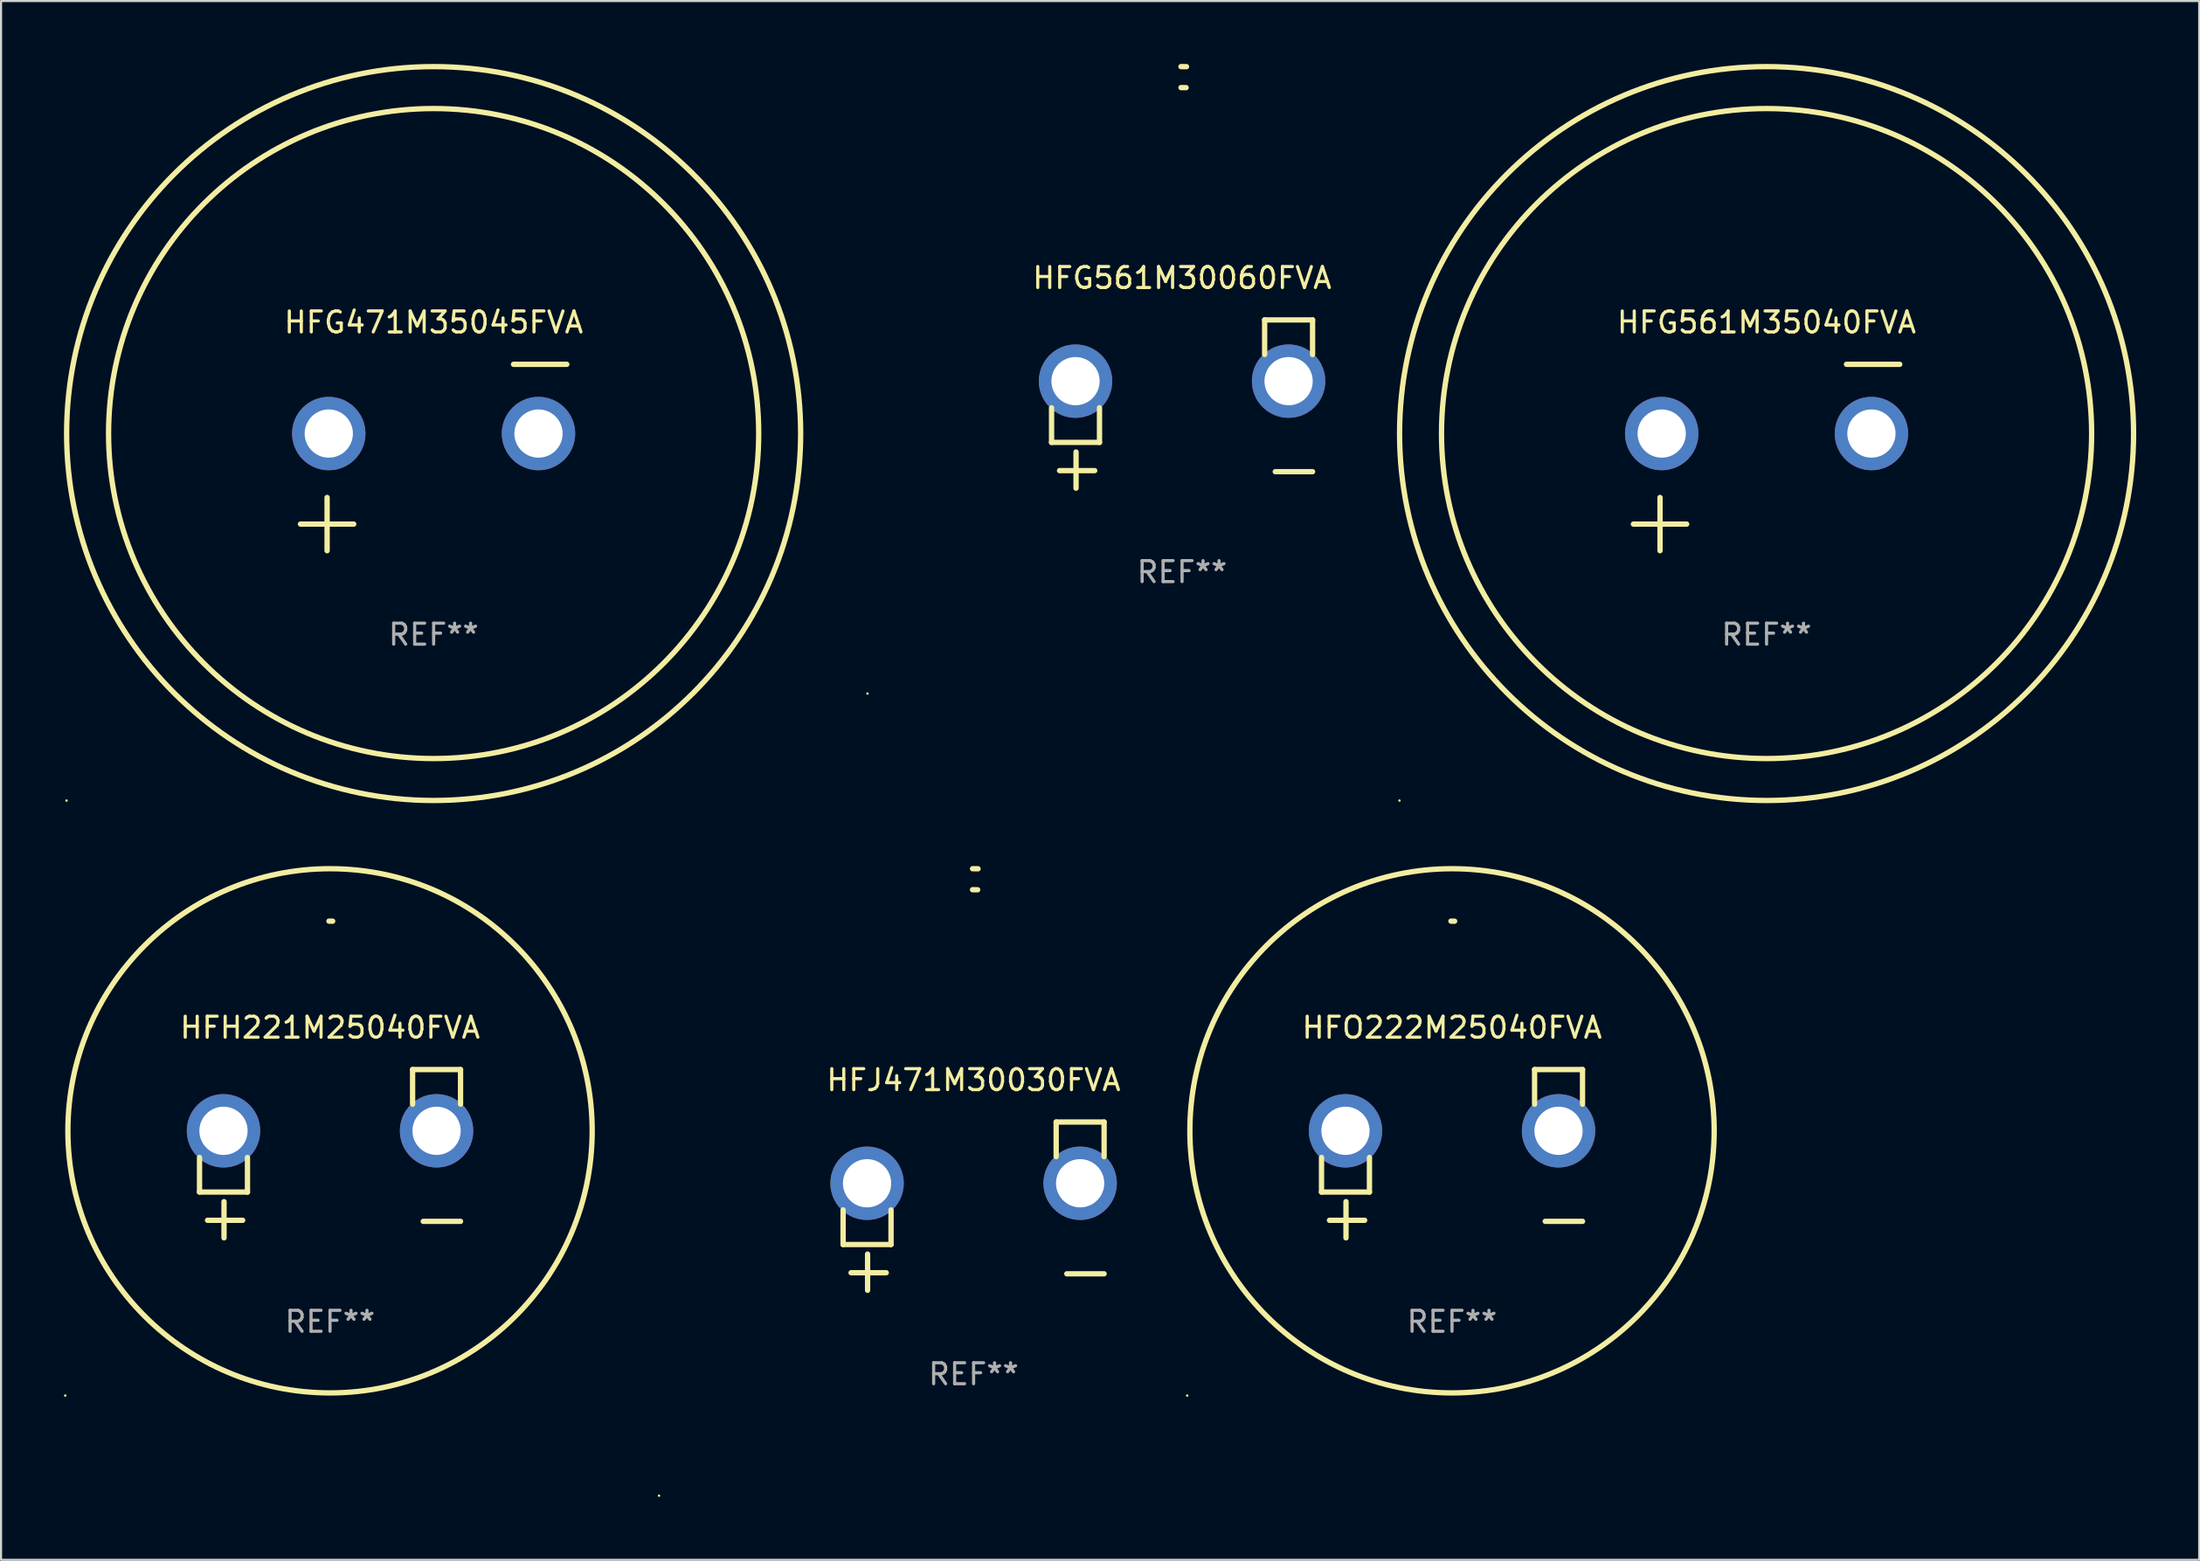
<source format=kicad_pcb>
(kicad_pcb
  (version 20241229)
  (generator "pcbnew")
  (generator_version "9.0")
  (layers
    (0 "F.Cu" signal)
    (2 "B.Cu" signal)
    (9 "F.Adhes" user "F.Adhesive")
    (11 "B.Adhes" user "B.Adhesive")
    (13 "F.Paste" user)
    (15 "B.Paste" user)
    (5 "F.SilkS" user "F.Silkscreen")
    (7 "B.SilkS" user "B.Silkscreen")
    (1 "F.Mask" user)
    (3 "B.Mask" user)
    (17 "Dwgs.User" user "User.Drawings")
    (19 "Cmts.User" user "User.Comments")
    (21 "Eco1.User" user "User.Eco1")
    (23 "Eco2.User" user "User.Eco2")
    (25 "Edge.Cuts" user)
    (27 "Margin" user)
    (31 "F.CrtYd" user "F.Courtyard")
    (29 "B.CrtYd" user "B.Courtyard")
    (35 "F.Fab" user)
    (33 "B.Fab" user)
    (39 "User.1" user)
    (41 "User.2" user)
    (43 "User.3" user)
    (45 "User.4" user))
  (footprint "HFO222M25040FVA"
    (layer "F.Cu")
    (at 66.186 51.973)
    (property "Reference" "HFO222M25040FVA" (at 0 -6.013 0) (layer "F.SilkS") (effects (font (size 1 1) (thickness 0.15))))
    (attr through_hole)
    (fp_line (start -6.223 0.178) (end -6.223 1.829) (stroke (width 0.254) (type solid)) (layer "F.SilkS"))
    (fp_line (start -6.223 1.829) (end -3.937 1.829) (stroke (width 0.254) (type solid)) (layer "F.SilkS"))
    (fp_line (start -5.055 4.013) (end -5.055 2.286) (stroke (width 0.254) (type solid)) (layer "F.SilkS"))
    (fp_line (start -4.166 3.175) (end -5.842 3.175) (stroke (width 0.254) (type solid)) (layer "F.SilkS"))
    (fp_line (start -3.937 1.829) (end -3.937 0.178) (stroke (width 0.254) (type solid)) (layer "F.SilkS"))
    (fp_line (start 3.937 -4.013) (end 3.937 -2.362) (stroke (width 0.254) (type solid)) (layer "F.SilkS"))
    (fp_line (start 6.223 -4.013) (end 3.937 -4.013) (stroke (width 0.254) (type solid)) (layer "F.SilkS"))
    (fp_line (start 6.223 -2.362) (end 6.223 -4.013) (stroke (width 0.254) (type solid)) (layer "F.SilkS"))
    (fp_line (start 6.223 3.226) (end 4.445 3.226) (stroke (width 0.254) (type solid)) (layer "F.SilkS"))
    (fp_arc (start -0.0508 -11.092202) (mid 0.036835 -11.091307) (end 0.12446 -11.089662) (stroke (width 0.254001) (type solid)) (layer "F.SilkS"))
    (fp_circle (center -12.627 11.535) (end -12.597 11.535) (stroke (width 0.06) (type solid)) (fill no) (layer "F.SilkS"))
    (fp_circle (center 0 -1.092) (end 12.5 -1.092) (stroke (width 0.254) (type solid)) (fill no) (layer "F.SilkS"))
    (fp_text user "REF**" (at 0 8.013 0) (layer "F.Fab") (effects (font (size 1 1) (thickness 0.15))))
    (pad "1" thru_hole circle (at -5.08 -1.092) (size 3.5 3.5) (drill 2.3) (layers "*.Cu" "*.Mask"))
    (pad "2" thru_hole circle (at 5.08 -1.092) (size 3.5 3.5) (drill 2.3) (layers "*.Cu" "*.Mask")))
  (footprint "HFH221M25040FVA"
    (layer "F.Cu")
    (at 12.687 51.973)
    (property "Reference" "HFH221M25040FVA" (at 0 -6.013 0) (layer "F.SilkS") (effects (font (size 1 1) (thickness 0.15))))
    (attr through_hole)
    (fp_line (start -6.223 0.178) (end -6.223 1.829) (stroke (width 0.254) (type solid)) (layer "F.SilkS"))
    (fp_line (start -6.223 1.829) (end -3.937 1.829) (stroke (width 0.254) (type solid)) (layer "F.SilkS"))
    (fp_line (start -5.055 4.013) (end -5.055 2.286) (stroke (width 0.254) (type solid)) (layer "F.SilkS"))
    (fp_line (start -4.166 3.175) (end -5.842 3.175) (stroke (width 0.254) (type solid)) (layer "F.SilkS"))
    (fp_line (start -3.937 1.829) (end -3.937 0.178) (stroke (width 0.254) (type solid)) (layer "F.SilkS"))
    (fp_line (start 3.937 -4.013) (end 3.937 -2.362) (stroke (width 0.254) (type solid)) (layer "F.SilkS"))
    (fp_line (start 6.223 -4.013) (end 3.937 -4.013) (stroke (width 0.254) (type solid)) (layer "F.SilkS"))
    (fp_line (start 6.223 -2.362) (end 6.223 -4.013) (stroke (width 0.254) (type solid)) (layer "F.SilkS"))
    (fp_line (start 6.223 3.226) (end 4.445 3.226) (stroke (width 0.254) (type solid)) (layer "F.SilkS"))
    (fp_arc (start -0.0508 -11.092202) (mid 0.036835 -11.091307) (end 0.12446 -11.089662) (stroke (width 0.254001) (type solid)) (layer "F.SilkS"))
    (fp_circle (center -12.627 11.535) (end -12.597 11.535) (stroke (width 0.06) (type solid)) (fill no) (layer "F.SilkS"))
    (fp_circle (center 0 -1.092) (end 12.5 -1.092) (stroke (width 0.254) (type solid)) (fill no) (layer "F.SilkS"))
    (fp_text user "REF**" (at 0 8.013 0) (layer "F.Fab") (effects (font (size 1 1) (thickness 0.15))))
    (pad "1" thru_hole circle (at -5.08 -1.092) (size 3.5 3.5) (drill 2.3) (layers "*.Cu" "*.Mask"))
    (pad "2" thru_hole circle (at 5.08 -1.092) (size 3.5 3.5) (drill 2.3) (layers "*.Cu" "*.Mask")))
  (footprint "HFG561M30060FVA"
    (layer "F.Cu")
    (at 53.314 16.22)
    (property "Reference" "HFG561M30060FVA" (at 0 -6.013 0) (layer "F.SilkS") (effects (font (size 1 1) (thickness 0.15))))
    (attr through_hole)
    (fp_line (start -6.223 0.178) (end -6.223 1.829) (stroke (width 0.254) (type solid)) (layer "F.SilkS"))
    (fp_line (start -6.223 1.829) (end -3.937 1.829) (stroke (width 0.254) (type solid)) (layer "F.SilkS"))
    (fp_line (start -5.055 4.013) (end -5.055 2.286) (stroke (width 0.254) (type solid)) (layer "F.SilkS"))
    (fp_line (start -4.166 3.175) (end -5.842 3.175) (stroke (width 0.254) (type solid)) (layer "F.SilkS"))
    (fp_line (start -3.937 1.829) (end -3.937 0.178) (stroke (width 0.254) (type solid)) (layer "F.SilkS"))
    (fp_line (start 3.937 -4.013) (end 3.937 -2.362) (stroke (width 0.254) (type solid)) (layer "F.SilkS"))
    (fp_line (start 6.223 -4.013) (end 3.937 -4.013) (stroke (width 0.254) (type solid)) (layer "F.SilkS"))
    (fp_line (start 6.223 -2.362) (end 6.223 -4.013) (stroke (width 0.254) (type solid)) (layer "F.SilkS"))
    (fp_line (start 6.223 3.226) (end 4.445 3.226) (stroke (width 0.254) (type solid)) (layer "F.SilkS"))
    (fp_arc (start -0.0508 -16.093472) (mid 0.080016 -16.092762) (end 0.210821 -16.090932) (stroke (width 0.254001) (type solid)) (layer "F.SilkS"))
    (fp_arc (start -0.0508 -15.09271) (mid 0.071125 -15.091961) (end 0.19304 -15.09017) (stroke (width 0.254001) (type solid)) (layer "F.SilkS"))
    (fp_circle (center -15 13.808) (end -14.97 13.808) (stroke (width 0.06) (type solid)) (fill no) (layer "F.SilkS"))
    (fp_text user "REF**" (at 0 8.013 0) (layer "F.Fab") (effects (font (size 1 1) (thickness 0.15))))
    (pad "1" thru_hole circle (at -5.08 -1.092) (size 3.5 3.5) (drill 2.3) (layers "*.Cu" "*.Mask"))
    (pad "2" thru_hole circle (at 5.08 -1.092) (size 3.5 3.5) (drill 2.3) (layers "*.Cu" "*.Mask")))
  (footprint "HFG561M35040FVA"
    (layer "F.Cu")
    (at 81.185 18.77)
    (property "Reference" "HFG561M35040FVA" (at 0 -6.445 0) (layer "F.SilkS") (effects (font (size 1 1) (thickness 0.15))))
    (attr through_hole)
    (fp_line (start -6.35 3.175) (end -3.81 3.175) (stroke (width 0.254) (type solid)) (layer "F.SilkS"))
    (fp_line (start -5.08 1.905) (end -5.08 4.445) (stroke (width 0.254) (type solid)) (layer "F.SilkS"))
    (fp_line (start 3.81 -4.445) (end 6.35 -4.445) (stroke (width 0.254) (type solid)) (layer "F.SilkS"))
    (fp_circle (center -17.505 16.362) (end -17.475 16.362) (stroke (width 0.06) (type solid)) (fill no) (layer "F.SilkS"))
    (fp_circle (center 0 -1.143) (end 15.5 -1.143) (stroke (width 0.254) (type solid)) (fill no) (layer "F.SilkS"))
    (fp_circle (center 0 -1.143) (end 17.5 -1.143) (stroke (width 0.254) (type solid)) (fill no) (layer "F.SilkS"))
    (fp_text user "REF**" (at 0 8.445 0) (layer "F.Fab") (effects (font (size 1 1) (thickness 0.15))))
    (pad "1" thru_hole circle (at -5 -1.143) (size 3.5 3.5) (drill 2.3) (layers "*.Cu" "*.Mask"))
    (pad "2" thru_hole circle (at 5 -1.143) (size 3.5 3.5) (drill 2.3) (layers "*.Cu" "*.Mask")))
  (footprint "HFG471M35045FVA"
    (layer "F.Cu")
    (at 17.627 18.77)
    (property "Reference" "HFG471M35045FVA" (at 0 -6.445 0) (layer "F.SilkS") (effects (font (size 1 1) (thickness 0.15))))
    (attr through_hole)
    (fp_line (start -6.35 3.175) (end -3.81 3.175) (stroke (width 0.254) (type solid)) (layer "F.SilkS"))
    (fp_line (start -5.08 1.905) (end -5.08 4.445) (stroke (width 0.254) (type solid)) (layer "F.SilkS"))
    (fp_line (start 3.81 -4.445) (end 6.35 -4.445) (stroke (width 0.254) (type solid)) (layer "F.SilkS"))
    (fp_circle (center -17.505 16.362) (end -17.475 16.362) (stroke (width 0.06) (type solid)) (fill no) (layer "F.SilkS"))
    (fp_circle (center 0 -1.143) (end 15.5 -1.143) (stroke (width 0.254) (type solid)) (fill no) (layer "F.SilkS"))
    (fp_circle (center 0 -1.143) (end 17.5 -1.143) (stroke (width 0.254) (type solid)) (fill no) (layer "F.SilkS"))
    (fp_text user "REF**" (at 0 8.445 0) (layer "F.Fab") (effects (font (size 1 1) (thickness 0.15))))
    (pad "1" thru_hole circle (at -5 -1.143) (size 3.5 3.5) (drill 2.3) (layers "*.Cu" "*.Mask"))
    (pad "2" thru_hole circle (at 5 -1.143) (size 3.5 3.5) (drill 2.3) (layers "*.Cu" "*.Mask")))
  (footprint "HFJ471M30030FVA"
    (layer "F.Cu")
    (at 43.374 54.475)
    (property "Reference" "HFJ471M30030FVA" (at 0 -6.013 0) (layer "F.SilkS") (effects (font (size 1 1) (thickness 0.15))))
    (attr through_hole)
    (fp_line (start -6.223 0.178) (end -6.223 1.829) (stroke (width 0.254) (type solid)) (layer "F.SilkS"))
    (fp_line (start -6.223 1.829) (end -3.937 1.829) (stroke (width 0.254) (type solid)) (layer "F.SilkS"))
    (fp_line (start -5.055 4.013) (end -5.055 2.286) (stroke (width 0.254) (type solid)) (layer "F.SilkS"))
    (fp_line (start -4.166 3.175) (end -5.842 3.175) (stroke (width 0.254) (type solid)) (layer "F.SilkS"))
    (fp_line (start -3.937 1.829) (end -3.937 0.178) (stroke (width 0.254) (type solid)) (layer "F.SilkS"))
    (fp_line (start 3.937 -4.013) (end 3.937 -2.362) (stroke (width 0.254) (type solid)) (layer "F.SilkS"))
    (fp_line (start 6.223 -4.013) (end 3.937 -4.013) (stroke (width 0.254) (type solid)) (layer "F.SilkS"))
    (fp_line (start 6.223 -2.362) (end 6.223 -4.013) (stroke (width 0.254) (type solid)) (layer "F.SilkS"))
    (fp_line (start 6.223 3.226) (end 4.445 3.226) (stroke (width 0.254) (type solid)) (layer "F.SilkS"))
    (fp_arc (start -0.0508 -16.093472) (mid 0.080016 -16.092762) (end 0.210821 -16.090932) (stroke (width 0.254001) (type solid)) (layer "F.SilkS"))
    (fp_arc (start -0.0508 -15.09271) (mid 0.071125 -15.091961) (end 0.19304 -15.09017) (stroke (width 0.254001) (type solid)) (layer "F.SilkS"))
    (fp_circle (center -15 13.808) (end -14.97 13.808) (stroke (width 0.06) (type solid)) (fill no) (layer "F.SilkS"))
    (fp_text user "REF**" (at 0 8.013 0) (layer "F.Fab") (effects (font (size 1 1) (thickness 0.15))))
    (pad "1" thru_hole circle (at -5.08 -1.092) (size 3.5 3.5) (drill 2.3) (layers "*.Cu" "*.Mask"))
    (pad "2" thru_hole circle (at 5.08 -1.092) (size 3.5 3.5) (drill 2.3) (layers "*.Cu" "*.Mask")))
  (gr_rect
    (start -3 -3)
    (end 101.813 71.343)
    (stroke (width 0.1) (type default))
    (fill no)
    (layer "Edge.Cuts")))
</source>
